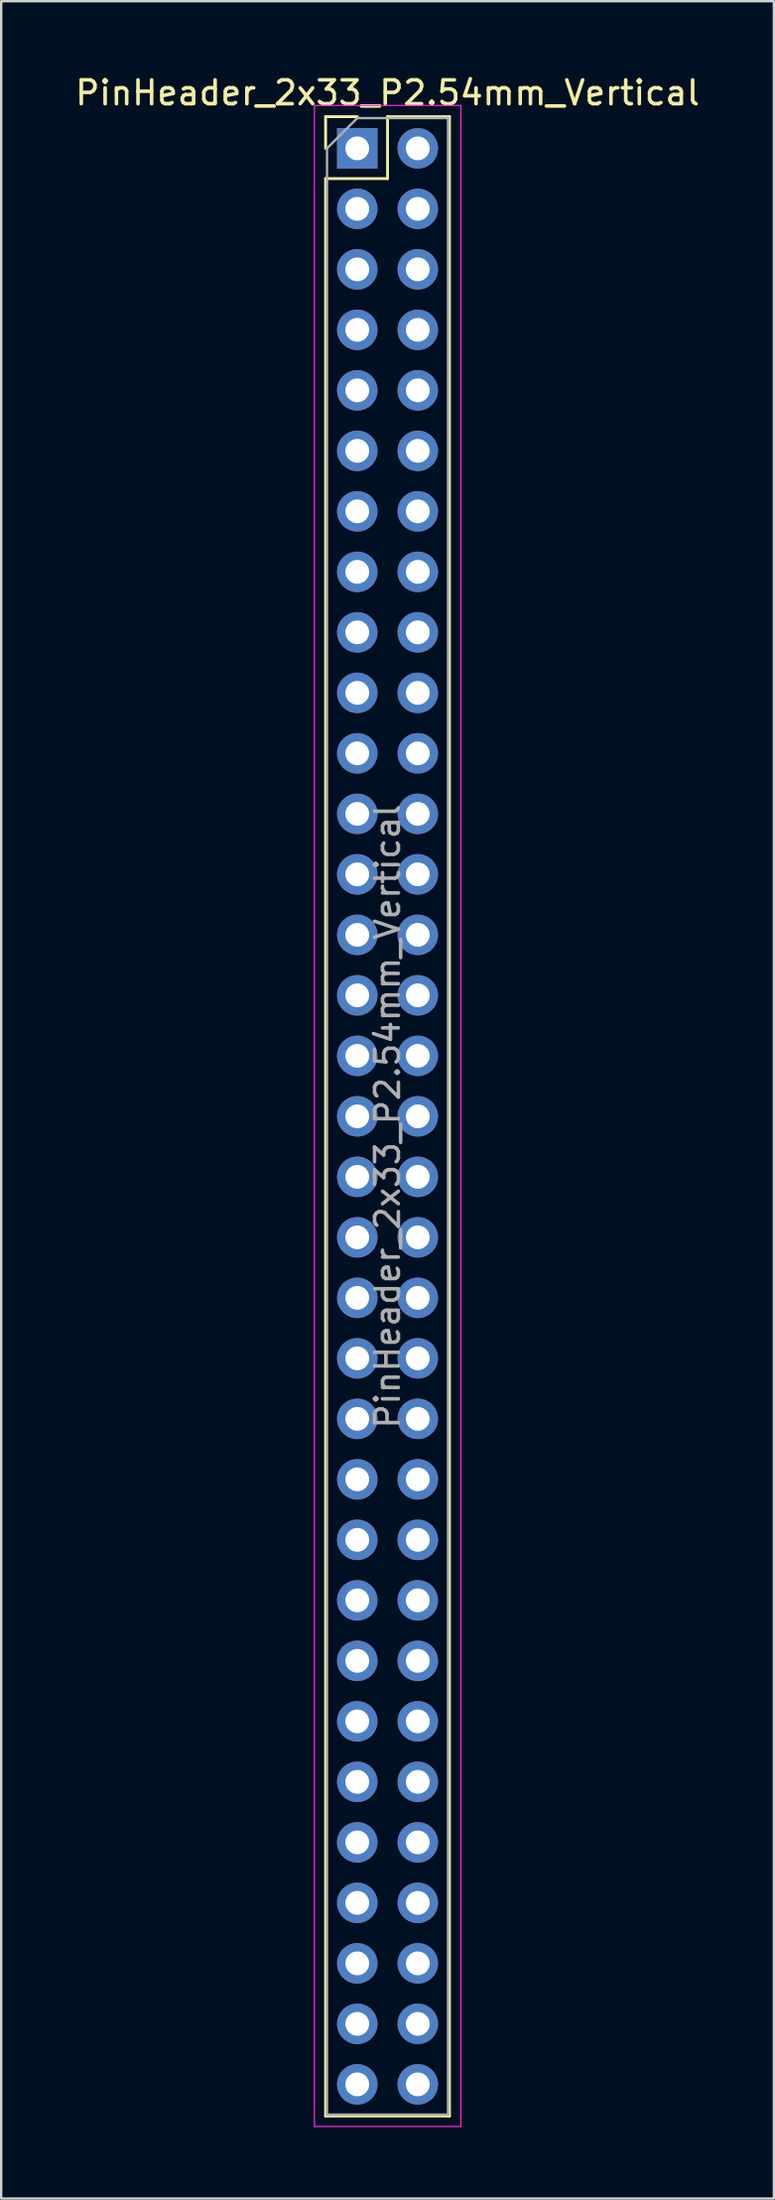
<source format=kicad_pcb>
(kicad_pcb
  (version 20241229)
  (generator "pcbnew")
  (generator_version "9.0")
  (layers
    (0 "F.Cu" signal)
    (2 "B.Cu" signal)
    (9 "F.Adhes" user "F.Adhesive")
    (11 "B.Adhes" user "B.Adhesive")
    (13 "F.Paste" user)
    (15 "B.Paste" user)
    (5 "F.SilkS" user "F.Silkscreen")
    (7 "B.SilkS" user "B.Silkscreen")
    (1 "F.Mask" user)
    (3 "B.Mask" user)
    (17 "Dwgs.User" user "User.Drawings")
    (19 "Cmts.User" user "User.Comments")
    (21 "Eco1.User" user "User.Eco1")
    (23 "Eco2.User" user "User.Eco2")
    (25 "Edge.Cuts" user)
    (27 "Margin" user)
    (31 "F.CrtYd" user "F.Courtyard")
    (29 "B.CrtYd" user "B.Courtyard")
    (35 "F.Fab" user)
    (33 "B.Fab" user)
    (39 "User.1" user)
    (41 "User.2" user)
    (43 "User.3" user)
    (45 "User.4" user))
  (footprint "PinHeader_2x33_P2.54mm_Vertical"
    (layer "F.Cu")
    (at 11.95 3.178)
    (property "Reference" "PinHeader_2x33_P2.54mm_Vertical" (at 1.27 -2.33 0) (layer "F.SilkS") (effects (font (size 1 1) (thickness 0.15))))
    (attr through_hole)
    (fp_line (start -1.33 -1.33) (end 0 -1.33) (stroke (width 0.12) (type solid)) (layer "F.SilkS"))
    (fp_line (start -1.33 0) (end -1.33 -1.33) (stroke (width 0.12) (type solid)) (layer "F.SilkS"))
    (fp_line (start -1.33 1.27) (end -1.33 82.61) (stroke (width 0.12) (type solid)) (layer "F.SilkS"))
    (fp_line (start -1.33 1.27) (end 1.27 1.27) (stroke (width 0.12) (type solid)) (layer "F.SilkS"))
    (fp_line (start -1.33 82.61) (end 3.87 82.61) (stroke (width 0.12) (type solid)) (layer "F.SilkS"))
    (fp_line (start 1.27 -1.33) (end 3.87 -1.33) (stroke (width 0.12) (type solid)) (layer "F.SilkS"))
    (fp_line (start 1.27 1.27) (end 1.27 -1.33) (stroke (width 0.12) (type solid)) (layer "F.SilkS"))
    (fp_line (start 3.87 -1.33) (end 3.87 82.61) (stroke (width 0.12) (type solid)) (layer "F.SilkS"))
    (fp_line (start -1.8 -1.8) (end -1.8 83.05) (stroke (width 0.05) (type solid)) (layer "F.CrtYd"))
    (fp_line (start -1.8 83.05) (end 4.35 83.05) (stroke (width 0.05) (type solid)) (layer "F.CrtYd"))
    (fp_line (start 4.35 -1.8) (end -1.8 -1.8) (stroke (width 0.05) (type solid)) (layer "F.CrtYd"))
    (fp_line (start 4.35 83.05) (end 4.35 -1.8) (stroke (width 0.05) (type solid)) (layer "F.CrtYd"))
    (fp_line (start -1.27 0) (end 0 -1.27) (stroke (width 0.1) (type solid)) (layer "F.Fab"))
    (fp_line (start -1.27 82.55) (end -1.27 0) (stroke (width 0.1) (type solid)) (layer "F.Fab"))
    (fp_line (start 0 -1.27) (end 3.81 -1.27) (stroke (width 0.1) (type solid)) (layer "F.Fab"))
    (fp_line (start 3.81 -1.27) (end 3.81 82.55) (stroke (width 0.1) (type solid)) (layer "F.Fab"))
    (fp_line (start 3.81 82.55) (end -1.27 82.55) (stroke (width 0.1) (type solid)) (layer "F.Fab"))
    (fp_text user "${REFERENCE}" (at 1.27 40.64 90) (layer "F.Fab") (effects (font (size 1 1) (thickness 0.15))))
    (pad "1" thru_hole rect (at 0 0) (size 1.7 1.7) (drill 1) (layers "*.Cu" "*.Mask"))
    (pad "2" thru_hole oval (at 2.54 0) (size 1.7 1.7) (drill 1) (layers "*.Cu" "*.Mask"))
    (pad "3" thru_hole oval (at 0 2.54) (size 1.7 1.7) (drill 1) (layers "*.Cu" "*.Mask"))
    (pad "4" thru_hole oval (at 2.54 2.54) (size 1.7 1.7) (drill 1) (layers "*.Cu" "*.Mask"))
    (pad "5" thru_hole oval (at 0 5.08) (size 1.7 1.7) (drill 1) (layers "*.Cu" "*.Mask"))
    (pad "6" thru_hole oval (at 2.54 5.08) (size 1.7 1.7) (drill 1) (layers "*.Cu" "*.Mask"))
    (pad "7" thru_hole oval (at 0 7.62) (size 1.7 1.7) (drill 1) (layers "*.Cu" "*.Mask"))
    (pad "8" thru_hole oval (at 2.54 7.62) (size 1.7 1.7) (drill 1) (layers "*.Cu" "*.Mask"))
    (pad "9" thru_hole oval (at 0 10.16) (size 1.7 1.7) (drill 1) (layers "*.Cu" "*.Mask"))
    (pad "10" thru_hole oval (at 2.54 10.16) (size 1.7 1.7) (drill 1) (layers "*.Cu" "*.Mask"))
    (pad "11" thru_hole oval (at 0 12.7) (size 1.7 1.7) (drill 1) (layers "*.Cu" "*.Mask"))
    (pad "12" thru_hole oval (at 2.54 12.7) (size 1.7 1.7) (drill 1) (layers "*.Cu" "*.Mask"))
    (pad "13" thru_hole oval (at 0 15.24) (size 1.7 1.7) (drill 1) (layers "*.Cu" "*.Mask"))
    (pad "14" thru_hole oval (at 2.54 15.24) (size 1.7 1.7) (drill 1) (layers "*.Cu" "*.Mask"))
    (pad "15" thru_hole oval (at 0 17.78) (size 1.7 1.7) (drill 1) (layers "*.Cu" "*.Mask"))
    (pad "16" thru_hole oval (at 2.54 17.78) (size 1.7 1.7) (drill 1) (layers "*.Cu" "*.Mask"))
    (pad "17" thru_hole oval (at 0 20.32) (size 1.7 1.7) (drill 1) (layers "*.Cu" "*.Mask"))
    (pad "18" thru_hole oval (at 2.54 20.32) (size 1.7 1.7) (drill 1) (layers "*.Cu" "*.Mask"))
    (pad "19" thru_hole oval (at 0 22.86) (size 1.7 1.7) (drill 1) (layers "*.Cu" "*.Mask"))
    (pad "20" thru_hole oval (at 2.54 22.86) (size 1.7 1.7) (drill 1) (layers "*.Cu" "*.Mask"))
    (pad "21" thru_hole oval (at 0 25.4) (size 1.7 1.7) (drill 1) (layers "*.Cu" "*.Mask"))
    (pad "22" thru_hole oval (at 2.54 25.4) (size 1.7 1.7) (drill 1) (layers "*.Cu" "*.Mask"))
    (pad "23" thru_hole oval (at 0 27.94) (size 1.7 1.7) (drill 1) (layers "*.Cu" "*.Mask"))
    (pad "24" thru_hole oval (at 2.54 27.94) (size 1.7 1.7) (drill 1) (layers "*.Cu" "*.Mask"))
    (pad "25" thru_hole oval (at 0 30.48) (size 1.7 1.7) (drill 1) (layers "*.Cu" "*.Mask"))
    (pad "26" thru_hole oval (at 2.54 30.48) (size 1.7 1.7) (drill 1) (layers "*.Cu" "*.Mask"))
    (pad "27" thru_hole oval (at 0 33.02) (size 1.7 1.7) (drill 1) (layers "*.Cu" "*.Mask"))
    (pad "28" thru_hole oval (at 2.54 33.02) (size 1.7 1.7) (drill 1) (layers "*.Cu" "*.Mask"))
    (pad "29" thru_hole oval (at 0 35.56) (size 1.7 1.7) (drill 1) (layers "*.Cu" "*.Mask"))
    (pad "30" thru_hole oval (at 2.54 35.56) (size 1.7 1.7) (drill 1) (layers "*.Cu" "*.Mask"))
    (pad "31" thru_hole oval (at 0 38.1) (size 1.7 1.7) (drill 1) (layers "*.Cu" "*.Mask"))
    (pad "32" thru_hole oval (at 2.54 38.1) (size 1.7 1.7) (drill 1) (layers "*.Cu" "*.Mask"))
    (pad "33" thru_hole oval (at 0 40.64) (size 1.7 1.7) (drill 1) (layers "*.Cu" "*.Mask"))
    (pad "34" thru_hole oval (at 2.54 40.64) (size 1.7 1.7) (drill 1) (layers "*.Cu" "*.Mask"))
    (pad "35" thru_hole oval (at 0 43.18) (size 1.7 1.7) (drill 1) (layers "*.Cu" "*.Mask"))
    (pad "36" thru_hole oval (at 2.54 43.18) (size 1.7 1.7) (drill 1) (layers "*.Cu" "*.Mask"))
    (pad "37" thru_hole oval (at 0 45.72) (size 1.7 1.7) (drill 1) (layers "*.Cu" "*.Mask"))
    (pad "38" thru_hole oval (at 2.54 45.72) (size 1.7 1.7) (drill 1) (layers "*.Cu" "*.Mask"))
    (pad "39" thru_hole oval (at 0 48.26) (size 1.7 1.7) (drill 1) (layers "*.Cu" "*.Mask"))
    (pad "40" thru_hole oval (at 2.54 48.26) (size 1.7 1.7) (drill 1) (layers "*.Cu" "*.Mask"))
    (pad "41" thru_hole oval (at 0 50.8) (size 1.7 1.7) (drill 1) (layers "*.Cu" "*.Mask"))
    (pad "42" thru_hole oval (at 2.54 50.8) (size 1.7 1.7) (drill 1) (layers "*.Cu" "*.Mask"))
    (pad "43" thru_hole oval (at 0 53.34) (size 1.7 1.7) (drill 1) (layers "*.Cu" "*.Mask"))
    (pad "44" thru_hole oval (at 2.54 53.34) (size 1.7 1.7) (drill 1) (layers "*.Cu" "*.Mask"))
    (pad "45" thru_hole oval (at 0 55.88) (size 1.7 1.7) (drill 1) (layers "*.Cu" "*.Mask"))
    (pad "46" thru_hole oval (at 2.54 55.88) (size 1.7 1.7) (drill 1) (layers "*.Cu" "*.Mask"))
    (pad "47" thru_hole oval (at 0 58.42) (size 1.7 1.7) (drill 1) (layers "*.Cu" "*.Mask"))
    (pad "48" thru_hole oval (at 2.54 58.42) (size 1.7 1.7) (drill 1) (layers "*.Cu" "*.Mask"))
    (pad "49" thru_hole oval (at 0 60.96) (size 1.7 1.7) (drill 1) (layers "*.Cu" "*.Mask"))
    (pad "50" thru_hole oval (at 2.54 60.96) (size 1.7 1.7) (drill 1) (layers "*.Cu" "*.Mask"))
    (pad "51" thru_hole oval (at 0 63.5) (size 1.7 1.7) (drill 1) (layers "*.Cu" "*.Mask"))
    (pad "52" thru_hole oval (at 2.54 63.5) (size 1.7 1.7) (drill 1) (layers "*.Cu" "*.Mask"))
    (pad "53" thru_hole oval (at 0 66.04) (size 1.7 1.7) (drill 1) (layers "*.Cu" "*.Mask"))
    (pad "54" thru_hole oval (at 2.54 66.04) (size 1.7 1.7) (drill 1) (layers "*.Cu" "*.Mask"))
    (pad "55" thru_hole oval (at 0 68.58) (size 1.7 1.7) (drill 1) (layers "*.Cu" "*.Mask"))
    (pad "56" thru_hole oval (at 2.54 68.58) (size 1.7 1.7) (drill 1) (layers "*.Cu" "*.Mask"))
    (pad "57" thru_hole oval (at 0 71.12) (size 1.7 1.7) (drill 1) (layers "*.Cu" "*.Mask"))
    (pad "58" thru_hole oval (at 2.54 71.12) (size 1.7 1.7) (drill 1) (layers "*.Cu" "*.Mask"))
    (pad "59" thru_hole oval (at 0 73.66) (size 1.7 1.7) (drill 1) (layers "*.Cu" "*.Mask"))
    (pad "60" thru_hole oval (at 2.54 73.66) (size 1.7 1.7) (drill 1) (layers "*.Cu" "*.Mask"))
    (pad "61" thru_hole oval (at 0 76.2) (size 1.7 1.7) (drill 1) (layers "*.Cu" "*.Mask"))
    (pad "62" thru_hole oval (at 2.54 76.2) (size 1.7 1.7) (drill 1) (layers "*.Cu" "*.Mask"))
    (pad "63" thru_hole oval (at 0 78.74) (size 1.7 1.7) (drill 1) (layers "*.Cu" "*.Mask"))
    (pad "64" thru_hole oval (at 2.54 78.74) (size 1.7 1.7) (drill 1) (layers "*.Cu" "*.Mask"))
    (pad "65" thru_hole oval (at 0 81.28) (size 1.7 1.7) (drill 1) (layers "*.Cu" "*.Mask"))
    (pad "66" thru_hole oval (at 2.54 81.28) (size 1.7 1.7) (drill 1) (layers "*.Cu" "*.Mask")))
  (gr_rect
    (start -3 -3)
    (end 29.44 89.253)
    (stroke (width 0.1) (type default))
    (fill no)
    (layer "Edge.Cuts")))
</source>
